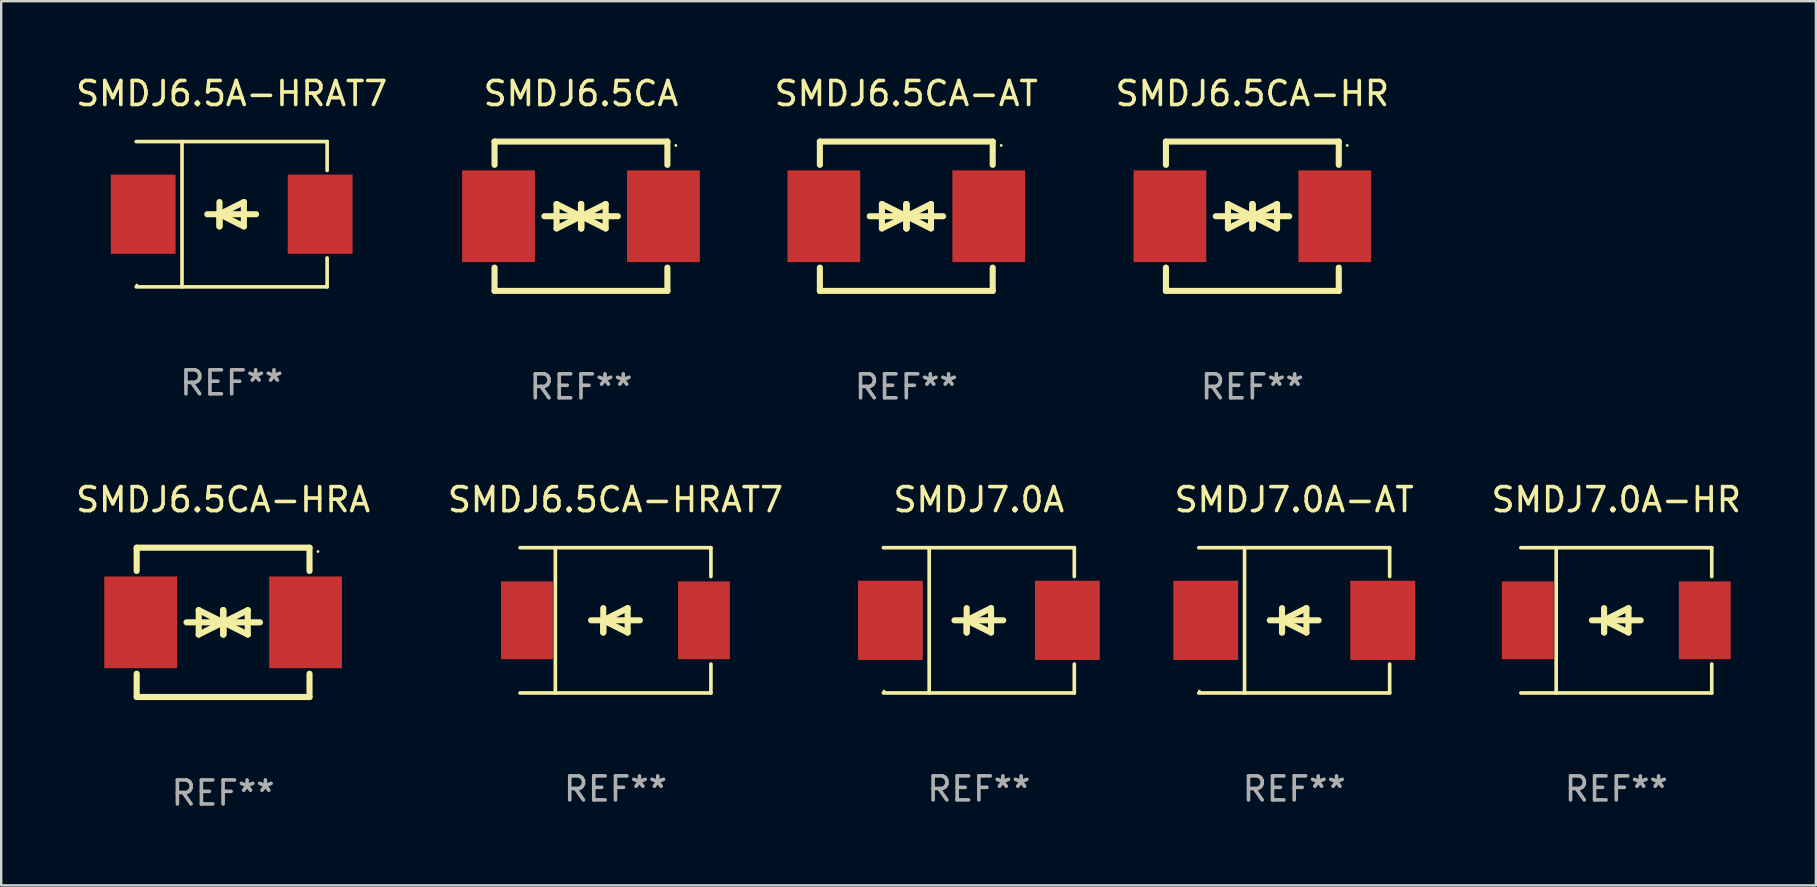
<source format=kicad_pcb>
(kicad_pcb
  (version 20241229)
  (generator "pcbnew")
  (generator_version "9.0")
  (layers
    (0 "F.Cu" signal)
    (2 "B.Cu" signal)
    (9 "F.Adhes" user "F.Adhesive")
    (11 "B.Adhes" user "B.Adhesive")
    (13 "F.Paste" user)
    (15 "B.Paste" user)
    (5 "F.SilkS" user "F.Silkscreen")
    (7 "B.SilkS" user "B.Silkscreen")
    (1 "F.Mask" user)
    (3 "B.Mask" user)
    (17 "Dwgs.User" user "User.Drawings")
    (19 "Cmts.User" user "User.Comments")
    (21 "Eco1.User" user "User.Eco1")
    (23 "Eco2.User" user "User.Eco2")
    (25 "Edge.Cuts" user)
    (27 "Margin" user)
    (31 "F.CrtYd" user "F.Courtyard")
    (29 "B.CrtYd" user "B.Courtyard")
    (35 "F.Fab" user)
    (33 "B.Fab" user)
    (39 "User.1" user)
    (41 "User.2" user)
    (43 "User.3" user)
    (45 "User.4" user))
  (footprint "SMDJ6.5CA-AT"
    (layer "F.Cu")
    (at 34.704 5.958)
    (property "Reference" "SMDJ6.5CA-AT" (at 0 -5.11 0) (layer "F.SilkS") (effects (font (size 1 1) (thickness 0.15))))
    (attr through_hole)
    (fp_line (start -3.6 -2.141) (end -3.6 -3.11) (stroke (width 0.254) (type solid)) (layer "F.SilkS"))
    (fp_line (start -3.6 3.11) (end -3.6 2.141) (stroke (width 0.254) (type solid)) (layer "F.SilkS"))
    (fp_line (start -1.524 0) (end 0.508 0) (stroke (width 0.254) (type solid)) (layer "F.SilkS"))
    (fp_line (start -1.016 -0.508) (end -1.016 0.508) (stroke (width 0.254) (type solid)) (layer "F.SilkS"))
    (fp_line (start -1.016 0.508) (end 0 0) (stroke (width 0.254) (type solid)) (layer "F.SilkS"))
    (fp_line (start 0 -0.508) (end 0 0.508) (stroke (width 0.254) (type solid)) (layer "F.SilkS"))
    (fp_line (start 0 0) (end -1.016 -0.508) (stroke (width 0.254) (type solid)) (layer "F.SilkS"))
    (fp_line (start 0 0) (end 0 -0.508) (stroke (width 0.254) (type solid)) (layer "F.SilkS"))
    (fp_line (start 0.012 0) (end 0.012 0.508) (stroke (width 0.254) (type solid)) (layer "F.SilkS"))
    (fp_line (start 0.012 0) (end 1.028 0.508) (stroke (width 0.254) (type solid)) (layer "F.SilkS"))
    (fp_line (start 0.012 0.508) (end 0.012 -0.508) (stroke (width 0.254) (type solid)) (layer "F.SilkS"))
    (fp_line (start 1.028 -0.508) (end 0.012 0) (stroke (width 0.254) (type solid)) (layer "F.SilkS"))
    (fp_line (start 1.028 0.508) (end 1.028 -0.508) (stroke (width 0.254) (type solid)) (layer "F.SilkS"))
    (fp_line (start 1.536 0) (end -0.496 0) (stroke (width 0.254) (type solid)) (layer "F.SilkS"))
    (fp_line (start 3.6 -3.11) (end -3.6 -3.11) (stroke (width 0.254) (type solid)) (layer "F.SilkS"))
    (fp_line (start 3.6 -2.141) (end 3.6 -3.11) (stroke (width 0.254) (type solid)) (layer "F.SilkS"))
    (fp_line (start 3.6 3.11) (end -3.6 3.11) (stroke (width 0.254) (type solid)) (layer "F.SilkS"))
    (fp_line (start 3.6 3.11) (end 3.6 2.141) (stroke (width 0.254) (type solid)) (layer "F.SilkS"))
    (fp_circle (center 3.952 -2.95) (end 3.982 -2.95) (stroke (width 0.06) (type solid)) (fill no) (layer "F.SilkS"))
    (fp_text user "REF**" (at 0 7.11 0) (layer "F.Fab") (effects (font (size 1 1) (thickness 0.15))))
    (pad "1" smd rect (at 3.435 0) (size 3.03 3.82) (layers "F.Cu" "F.Mask" "F.Paste"))
    (pad "2" smd rect (at -3.435 0) (size 3.03 3.82) (layers "F.Cu" "F.Mask" "F.Paste")))
  (footprint "SMDJ6.5A-HRAT7"
    (layer "F.Cu")
    (at 6.601 5.874)
    (property "Reference" "SMDJ6.5A-HRAT7" (at 0 -5.026 0) (layer "F.SilkS") (effects (font (size 1 1) (thickness 0.15))))
    (attr through_hole)
    (fp_line (start -3.976 -3.026) (end 3.976 -3.026) (stroke (width 0.152) (type solid)) (layer "F.SilkS"))
    (fp_line (start -3.976 3.026) (end 3.976 3.026) (stroke (width 0.152) (type solid)) (layer "F.SilkS"))
    (fp_line (start -2.069 -3.026) (end -2.069 3.026) (stroke (width 0.152) (type solid)) (layer "F.SilkS"))
    (fp_line (start -0.508 0) (end -0.508 0.508) (stroke (width 0.254) (type solid)) (layer "F.SilkS"))
    (fp_line (start -0.508 0) (end 0.508 0.508) (stroke (width 0.254) (type solid)) (layer "F.SilkS"))
    (fp_line (start -0.508 0.508) (end -0.508 -0.508) (stroke (width 0.254) (type solid)) (layer "F.SilkS"))
    (fp_line (start 0.508 -0.508) (end -0.508 0) (stroke (width 0.254) (type solid)) (layer "F.SilkS"))
    (fp_line (start 0.508 0.508) (end 0.508 -0.508) (stroke (width 0.254) (type solid)) (layer "F.SilkS"))
    (fp_line (start 1.016 0) (end -1.016 0) (stroke (width 0.254) (type solid)) (layer "F.SilkS"))
    (fp_line (start 3.976 -3.026) (end 3.976 -1.823) (stroke (width 0.152) (type solid)) (layer "F.SilkS"))
    (fp_line (start 3.976 3.026) (end 3.976 1.823) (stroke (width 0.152) (type solid)) (layer "F.SilkS"))
    (fp_circle (center -3.95 2.95) (end -3.92 2.95) (stroke (width 0.06) (type solid)) (fill no) (layer "F.SilkS"))
    (fp_text user "REF**" (at 0 7.026 0) (layer "F.Fab") (effects (font (size 1 1) (thickness 0.15))))
    (pad "1" smd rect (at -3.686 0) (size 2.7 3.3) (layers "F.Cu" "F.Mask" "F.Paste"))
    (pad "2" smd rect (at 3.686 0) (size 2.7 3.3) (layers "F.Cu" "F.Mask" "F.Paste")))
  (footprint "SMDJ6.5CA-HRA"
    (layer "F.Cu")
    (at 6.244 22.875)
    (property "Reference" "SMDJ6.5CA-HRA" (at 0 -5.11 0) (layer "F.SilkS") (effects (font (size 1 1) (thickness 0.15))))
    (attr through_hole)
    (fp_line (start -3.6 -2.141) (end -3.6 -3.11) (stroke (width 0.254) (type solid)) (layer "F.SilkS"))
    (fp_line (start -3.6 3.11) (end -3.6 2.141) (stroke (width 0.254) (type solid)) (layer "F.SilkS"))
    (fp_line (start -1.524 0) (end 0.508 0) (stroke (width 0.254) (type solid)) (layer "F.SilkS"))
    (fp_line (start -1.016 -0.508) (end -1.016 0.508) (stroke (width 0.254) (type solid)) (layer "F.SilkS"))
    (fp_line (start -1.016 0.508) (end 0 0) (stroke (width 0.254) (type solid)) (layer "F.SilkS"))
    (fp_line (start 0 -0.508) (end 0 0.508) (stroke (width 0.254) (type solid)) (layer "F.SilkS"))
    (fp_line (start 0 0) (end -1.016 -0.508) (stroke (width 0.254) (type solid)) (layer "F.SilkS"))
    (fp_line (start 0 0) (end 0 -0.508) (stroke (width 0.254) (type solid)) (layer "F.SilkS"))
    (fp_line (start 0.012 0) (end 0.012 0.508) (stroke (width 0.254) (type solid)) (layer "F.SilkS"))
    (fp_line (start 0.012 0) (end 1.028 0.508) (stroke (width 0.254) (type solid)) (layer "F.SilkS"))
    (fp_line (start 0.012 0.508) (end 0.012 -0.508) (stroke (width 0.254) (type solid)) (layer "F.SilkS"))
    (fp_line (start 1.028 -0.508) (end 0.012 0) (stroke (width 0.254) (type solid)) (layer "F.SilkS"))
    (fp_line (start 1.028 0.508) (end 1.028 -0.508) (stroke (width 0.254) (type solid)) (layer "F.SilkS"))
    (fp_line (start 1.536 0) (end -0.496 0) (stroke (width 0.254) (type solid)) (layer "F.SilkS"))
    (fp_line (start 3.6 -3.11) (end -3.6 -3.11) (stroke (width 0.254) (type solid)) (layer "F.SilkS"))
    (fp_line (start 3.6 -2.141) (end 3.6 -3.11) (stroke (width 0.254) (type solid)) (layer "F.SilkS"))
    (fp_line (start 3.6 3.11) (end -3.6 3.11) (stroke (width 0.254) (type solid)) (layer "F.SilkS"))
    (fp_line (start 3.6 3.11) (end 3.6 2.141) (stroke (width 0.254) (type solid)) (layer "F.SilkS"))
    (fp_circle (center 3.952 -2.95) (end 3.982 -2.95) (stroke (width 0.06) (type solid)) (fill no) (layer "F.SilkS"))
    (fp_text user "REF**" (at 0 7.11 0) (layer "F.Fab") (effects (font (size 1 1) (thickness 0.15))))
    (pad "1" smd rect (at 3.435 0) (size 3.03 3.82) (layers "F.Cu" "F.Mask" "F.Paste"))
    (pad "2" smd rect (at -3.435 0) (size 3.03 3.82) (layers "F.Cu" "F.Mask" "F.Paste")))
  (footprint "SMDJ7.0A-AT"
    (layer "F.Cu")
    (at 50.864 22.791)
    (property "Reference" "SMDJ7.0A-AT" (at 0 -5.026 0) (layer "F.SilkS") (effects (font (size 1 1) (thickness 0.15))))
    (attr through_hole)
    (fp_line (start -3.976 -3.026) (end 3.976 -3.026) (stroke (width 0.152) (type solid)) (layer "F.SilkS"))
    (fp_line (start -3.976 3.026) (end 3.976 3.026) (stroke (width 0.152) (type solid)) (layer "F.SilkS"))
    (fp_line (start -2.069 -3.026) (end -2.069 3.026) (stroke (width 0.152) (type solid)) (layer "F.SilkS"))
    (fp_line (start -0.508 0) (end -0.508 0.508) (stroke (width 0.254) (type solid)) (layer "F.SilkS"))
    (fp_line (start -0.508 0) (end 0.508 0.508) (stroke (width 0.254) (type solid)) (layer "F.SilkS"))
    (fp_line (start -0.508 0.508) (end -0.508 -0.508) (stroke (width 0.254) (type solid)) (layer "F.SilkS"))
    (fp_line (start 0.508 -0.508) (end -0.508 0) (stroke (width 0.254) (type solid)) (layer "F.SilkS"))
    (fp_line (start 0.508 0.508) (end 0.508 -0.508) (stroke (width 0.254) (type solid)) (layer "F.SilkS"))
    (fp_line (start 1.016 0) (end -1.016 0) (stroke (width 0.254) (type solid)) (layer "F.SilkS"))
    (fp_line (start 3.976 -3.026) (end 3.976 -1.823) (stroke (width 0.152) (type solid)) (layer "F.SilkS"))
    (fp_line (start 3.976 3.026) (end 3.976 1.823) (stroke (width 0.152) (type solid)) (layer "F.SilkS"))
    (fp_circle (center -3.95 2.95) (end -3.92 2.95) (stroke (width 0.06) (type solid)) (fill no) (layer "F.SilkS"))
    (fp_text user "REF**" (at 0 7.026 0) (layer "F.Fab") (effects (font (size 1 1) (thickness 0.15))))
    (pad "1" smd rect (at -3.686 0) (size 2.7 3.3) (layers "F.Cu" "F.Mask" "F.Paste"))
    (pad "2" smd rect (at 3.686 0) (size 2.7 3.3) (layers "F.Cu" "F.Mask" "F.Paste")))
  (footprint "SMDJ7.0A"
    (layer "F.Cu")
    (at 37.727 22.791)
    (property "Reference" "SMDJ7.0A" (at 0 -5.026 0) (layer "F.SilkS") (effects (font (size 1 1) (thickness 0.15))))
    (attr through_hole)
    (fp_line (start -3.976 -3.026) (end 3.976 -3.026) (stroke (width 0.152) (type solid)) (layer "F.SilkS"))
    (fp_line (start -3.976 3.026) (end 3.976 3.026) (stroke (width 0.152) (type solid)) (layer "F.SilkS"))
    (fp_line (start -2.069 -3.026) (end -2.069 3.026) (stroke (width 0.152) (type solid)) (layer "F.SilkS"))
    (fp_line (start -0.508 0) (end -0.508 0.508) (stroke (width 0.254) (type solid)) (layer "F.SilkS"))
    (fp_line (start -0.508 0) (end 0.508 0.508) (stroke (width 0.254) (type solid)) (layer "F.SilkS"))
    (fp_line (start -0.508 0.508) (end -0.508 -0.508) (stroke (width 0.254) (type solid)) (layer "F.SilkS"))
    (fp_line (start 0.508 -0.508) (end -0.508 0) (stroke (width 0.254) (type solid)) (layer "F.SilkS"))
    (fp_line (start 0.508 0.508) (end 0.508 -0.508) (stroke (width 0.254) (type solid)) (layer "F.SilkS"))
    (fp_line (start 1.016 0) (end -1.016 0) (stroke (width 0.254) (type solid)) (layer "F.SilkS"))
    (fp_line (start 3.976 -3.026) (end 3.976 -1.823) (stroke (width 0.152) (type solid)) (layer "F.SilkS"))
    (fp_line (start 3.976 3.026) (end 3.976 1.823) (stroke (width 0.152) (type solid)) (layer "F.SilkS"))
    (fp_circle (center -3.95 2.95) (end -3.92 2.95) (stroke (width 0.06) (type solid)) (fill no) (layer "F.SilkS"))
    (fp_text user "REF**" (at 0 7.026 0) (layer "F.Fab") (effects (font (size 1 1) (thickness 0.15))))
    (pad "1" smd rect (at -3.686 0) (size 2.7 3.3) (layers "F.Cu" "F.Mask" "F.Paste"))
    (pad "2" smd rect (at 3.686 0) (size 2.7 3.3) (layers "F.Cu" "F.Mask" "F.Paste")))
  (footprint "SMDJ6.5CA-HRAT7"
    (layer "F.Cu")
    (at 22.589 22.791)
    (property "Reference" "SMDJ6.5CA-HRAT7" (at 0 -5.026 0) (layer "F.SilkS") (effects (font (size 1 1) (thickness 0.15))))
    (attr through_hole)
    (fp_line (start -3.976 -3.026) (end 3.976 -3.026) (stroke (width 0.152) (type solid)) (layer "F.SilkS"))
    (fp_line (start -3.976 3.026) (end 3.976 3.026) (stroke (width 0.152) (type solid)) (layer "F.SilkS"))
    (fp_line (start -2.504 -3.026) (end -2.504 3.026) (stroke (width 0.152) (type solid)) (layer "F.SilkS"))
    (fp_line (start -0.508 0) (end -0.508 0.508) (stroke (width 0.254) (type solid)) (layer "F.SilkS"))
    (fp_line (start -0.508 0) (end 0.508 0.508) (stroke (width 0.254) (type solid)) (layer "F.SilkS"))
    (fp_line (start -0.508 0.508) (end -0.508 -0.508) (stroke (width 0.254) (type solid)) (layer "F.SilkS"))
    (fp_line (start 0.508 -0.508) (end -0.508 0) (stroke (width 0.254) (type solid)) (layer "F.SilkS"))
    (fp_line (start 0.508 0.508) (end 0.508 -0.508) (stroke (width 0.254) (type solid)) (layer "F.SilkS"))
    (fp_line (start 1.016 0) (end -1.016 0) (stroke (width 0.254) (type solid)) (layer "F.SilkS"))
    (fp_line (start 3.976 -3.026) (end 3.976 -1.823) (stroke (width 0.152) (type solid)) (layer "F.SilkS"))
    (fp_line (start 3.976 3.026) (end 3.976 1.823) (stroke (width 0.152) (type solid)) (layer "F.SilkS"))
    (fp_circle (center 3.95 -2.95) (end 3.98 -2.95) (stroke (width 0.06) (type solid)) (fill no) (layer "F.SilkS"))
    (fp_text user "REF**" (at 0 7.026 0) (layer "F.Fab") (effects (font (size 1 1) (thickness 0.15))))
    (pad "1" smd rect (at 3.686 0 180) (size 2.158 3.24) (layers "F.Cu" "F.Mask" "F.Paste"))
    (pad "2" smd rect (at -3.686 0 180) (size 2.158 3.24) (layers "F.Cu" "F.Mask" "F.Paste")))
  (footprint "SMDJ7.0A-HR"
    (layer "F.Cu")
    (at 64.281 22.791)
    (property "Reference" "SMDJ7.0A-HR" (at 0 -5.026 0) (layer "F.SilkS") (effects (font (size 1 1) (thickness 0.15))))
    (attr through_hole)
    (fp_line (start -3.976 -3.026) (end 3.976 -3.026) (stroke (width 0.152) (type solid)) (layer "F.SilkS"))
    (fp_line (start -3.976 3.026) (end 3.976 3.026) (stroke (width 0.152) (type solid)) (layer "F.SilkS"))
    (fp_line (start -2.504 -3.026) (end -2.504 3.026) (stroke (width 0.152) (type solid)) (layer "F.SilkS"))
    (fp_line (start -0.508 0) (end -0.508 0.508) (stroke (width 0.254) (type solid)) (layer "F.SilkS"))
    (fp_line (start -0.508 0) (end 0.508 0.508) (stroke (width 0.254) (type solid)) (layer "F.SilkS"))
    (fp_line (start -0.508 0.508) (end -0.508 -0.508) (stroke (width 0.254) (type solid)) (layer "F.SilkS"))
    (fp_line (start 0.508 -0.508) (end -0.508 0) (stroke (width 0.254) (type solid)) (layer "F.SilkS"))
    (fp_line (start 0.508 0.508) (end 0.508 -0.508) (stroke (width 0.254) (type solid)) (layer "F.SilkS"))
    (fp_line (start 1.016 0) (end -1.016 0) (stroke (width 0.254) (type solid)) (layer "F.SilkS"))
    (fp_line (start 3.976 -3.026) (end 3.976 -1.823) (stroke (width 0.152) (type solid)) (layer "F.SilkS"))
    (fp_line (start 3.976 3.026) (end 3.976 1.823) (stroke (width 0.152) (type solid)) (layer "F.SilkS"))
    (fp_circle (center 3.95 -2.95) (end 3.98 -2.95) (stroke (width 0.06) (type solid)) (fill no) (layer "F.SilkS"))
    (fp_text user "REF**" (at 0 7.026 0) (layer "F.Fab") (effects (font (size 1 1) (thickness 0.15))))
    (pad "1" smd rect (at 3.686 0 180) (size 2.158 3.24) (layers "F.Cu" "F.Mask" "F.Paste"))
    (pad "2" smd rect (at -3.686 0 180) (size 2.158 3.24) (layers "F.Cu" "F.Mask" "F.Paste")))
  (footprint "SMDJ6.5CA-HR"
    (layer "F.Cu")
    (at 49.12 5.958)
    (property "Reference" "SMDJ6.5CA-HR" (at 0 -5.11 0) (layer "F.SilkS") (effects (font (size 1 1) (thickness 0.15))))
    (attr through_hole)
    (fp_line (start -3.6 -2.141) (end -3.6 -3.11) (stroke (width 0.254) (type solid)) (layer "F.SilkS"))
    (fp_line (start -3.6 3.11) (end -3.6 2.141) (stroke (width 0.254) (type solid)) (layer "F.SilkS"))
    (fp_line (start -1.524 0) (end 0.508 0) (stroke (width 0.254) (type solid)) (layer "F.SilkS"))
    (fp_line (start -1.016 -0.508) (end -1.016 0.508) (stroke (width 0.254) (type solid)) (layer "F.SilkS"))
    (fp_line (start -1.016 0.508) (end 0 0) (stroke (width 0.254) (type solid)) (layer "F.SilkS"))
    (fp_line (start 0 -0.508) (end 0 0.508) (stroke (width 0.254) (type solid)) (layer "F.SilkS"))
    (fp_line (start 0 0) (end -1.016 -0.508) (stroke (width 0.254) (type solid)) (layer "F.SilkS"))
    (fp_line (start 0 0) (end 0 -0.508) (stroke (width 0.254) (type solid)) (layer "F.SilkS"))
    (fp_line (start 0.012 0) (end 0.012 0.508) (stroke (width 0.254) (type solid)) (layer "F.SilkS"))
    (fp_line (start 0.012 0) (end 1.028 0.508) (stroke (width 0.254) (type solid)) (layer "F.SilkS"))
    (fp_line (start 0.012 0.508) (end 0.012 -0.508) (stroke (width 0.254) (type solid)) (layer "F.SilkS"))
    (fp_line (start 1.028 -0.508) (end 0.012 0) (stroke (width 0.254) (type solid)) (layer "F.SilkS"))
    (fp_line (start 1.028 0.508) (end 1.028 -0.508) (stroke (width 0.254) (type solid)) (layer "F.SilkS"))
    (fp_line (start 1.536 0) (end -0.496 0) (stroke (width 0.254) (type solid)) (layer "F.SilkS"))
    (fp_line (start 3.6 -3.11) (end -3.6 -3.11) (stroke (width 0.254) (type solid)) (layer "F.SilkS"))
    (fp_line (start 3.6 -2.141) (end 3.6 -3.11) (stroke (width 0.254) (type solid)) (layer "F.SilkS"))
    (fp_line (start 3.6 3.11) (end -3.6 3.11) (stroke (width 0.254) (type solid)) (layer "F.SilkS"))
    (fp_line (start 3.6 3.11) (end 3.6 2.141) (stroke (width 0.254) (type solid)) (layer "F.SilkS"))
    (fp_circle (center 3.952 -2.95) (end 3.982 -2.95) (stroke (width 0.06) (type solid)) (fill no) (layer "F.SilkS"))
    (fp_text user "REF**" (at 0 7.11 0) (layer "F.Fab") (effects (font (size 1 1) (thickness 0.15))))
    (pad "1" smd rect (at 3.435 0) (size 3.03 3.82) (layers "F.Cu" "F.Mask" "F.Paste"))
    (pad "2" smd rect (at -3.435 0) (size 3.03 3.82) (layers "F.Cu" "F.Mask" "F.Paste")))
  (footprint "SMDJ6.5CA"
    (layer "F.Cu")
    (at 21.152 5.958)
    (property "Reference" "SMDJ6.5CA" (at 0 -5.11 0) (layer "F.SilkS") (effects (font (size 1 1) (thickness 0.15))))
    (attr through_hole)
    (fp_line (start -3.6 -2.141) (end -3.6 -3.11) (stroke (width 0.254) (type solid)) (layer "F.SilkS"))
    (fp_line (start -3.6 3.11) (end -3.6 2.141) (stroke (width 0.254) (type solid)) (layer "F.SilkS"))
    (fp_line (start -1.524 0) (end 0.508 0) (stroke (width 0.254) (type solid)) (layer "F.SilkS"))
    (fp_line (start -1.016 -0.508) (end -1.016 0.508) (stroke (width 0.254) (type solid)) (layer "F.SilkS"))
    (fp_line (start -1.016 0.508) (end 0 0) (stroke (width 0.254) (type solid)) (layer "F.SilkS"))
    (fp_line (start 0 -0.508) (end 0 0.508) (stroke (width 0.254) (type solid)) (layer "F.SilkS"))
    (fp_line (start 0 0) (end -1.016 -0.508) (stroke (width 0.254) (type solid)) (layer "F.SilkS"))
    (fp_line (start 0 0) (end 0 -0.508) (stroke (width 0.254) (type solid)) (layer "F.SilkS"))
    (fp_line (start 0.012 0) (end 0.012 0.508) (stroke (width 0.254) (type solid)) (layer "F.SilkS"))
    (fp_line (start 0.012 0) (end 1.028 0.508) (stroke (width 0.254) (type solid)) (layer "F.SilkS"))
    (fp_line (start 0.012 0.508) (end 0.012 -0.508) (stroke (width 0.254) (type solid)) (layer "F.SilkS"))
    (fp_line (start 1.028 -0.508) (end 0.012 0) (stroke (width 0.254) (type solid)) (layer "F.SilkS"))
    (fp_line (start 1.028 0.508) (end 1.028 -0.508) (stroke (width 0.254) (type solid)) (layer "F.SilkS"))
    (fp_line (start 1.536 0) (end -0.496 0) (stroke (width 0.254) (type solid)) (layer "F.SilkS"))
    (fp_line (start 3.6 -3.11) (end -3.6 -3.11) (stroke (width 0.254) (type solid)) (layer "F.SilkS"))
    (fp_line (start 3.6 -2.141) (end 3.6 -3.11) (stroke (width 0.254) (type solid)) (layer "F.SilkS"))
    (fp_line (start 3.6 3.11) (end -3.6 3.11) (stroke (width 0.254) (type solid)) (layer "F.SilkS"))
    (fp_line (start 3.6 3.11) (end 3.6 2.141) (stroke (width 0.254) (type solid)) (layer "F.SilkS"))
    (fp_circle (center 3.952 -2.95) (end 3.982 -2.95) (stroke (width 0.06) (type solid)) (fill no) (layer "F.SilkS"))
    (fp_text user "REF**" (at 0 7.11 0) (layer "F.Fab") (effects (font (size 1 1) (thickness 0.15))))
    (pad "1" smd rect (at 3.435 0) (size 3.03 3.82) (layers "F.Cu" "F.Mask" "F.Paste"))
    (pad "2" smd rect (at -3.435 0) (size 3.03 3.82) (layers "F.Cu" "F.Mask" "F.Paste")))
  (gr_rect
    (start -3 -3)
    (end 72.596 33.833)
    (stroke (width 0.1) (type default))
    (fill no)
    (layer "Edge.Cuts")))
</source>
